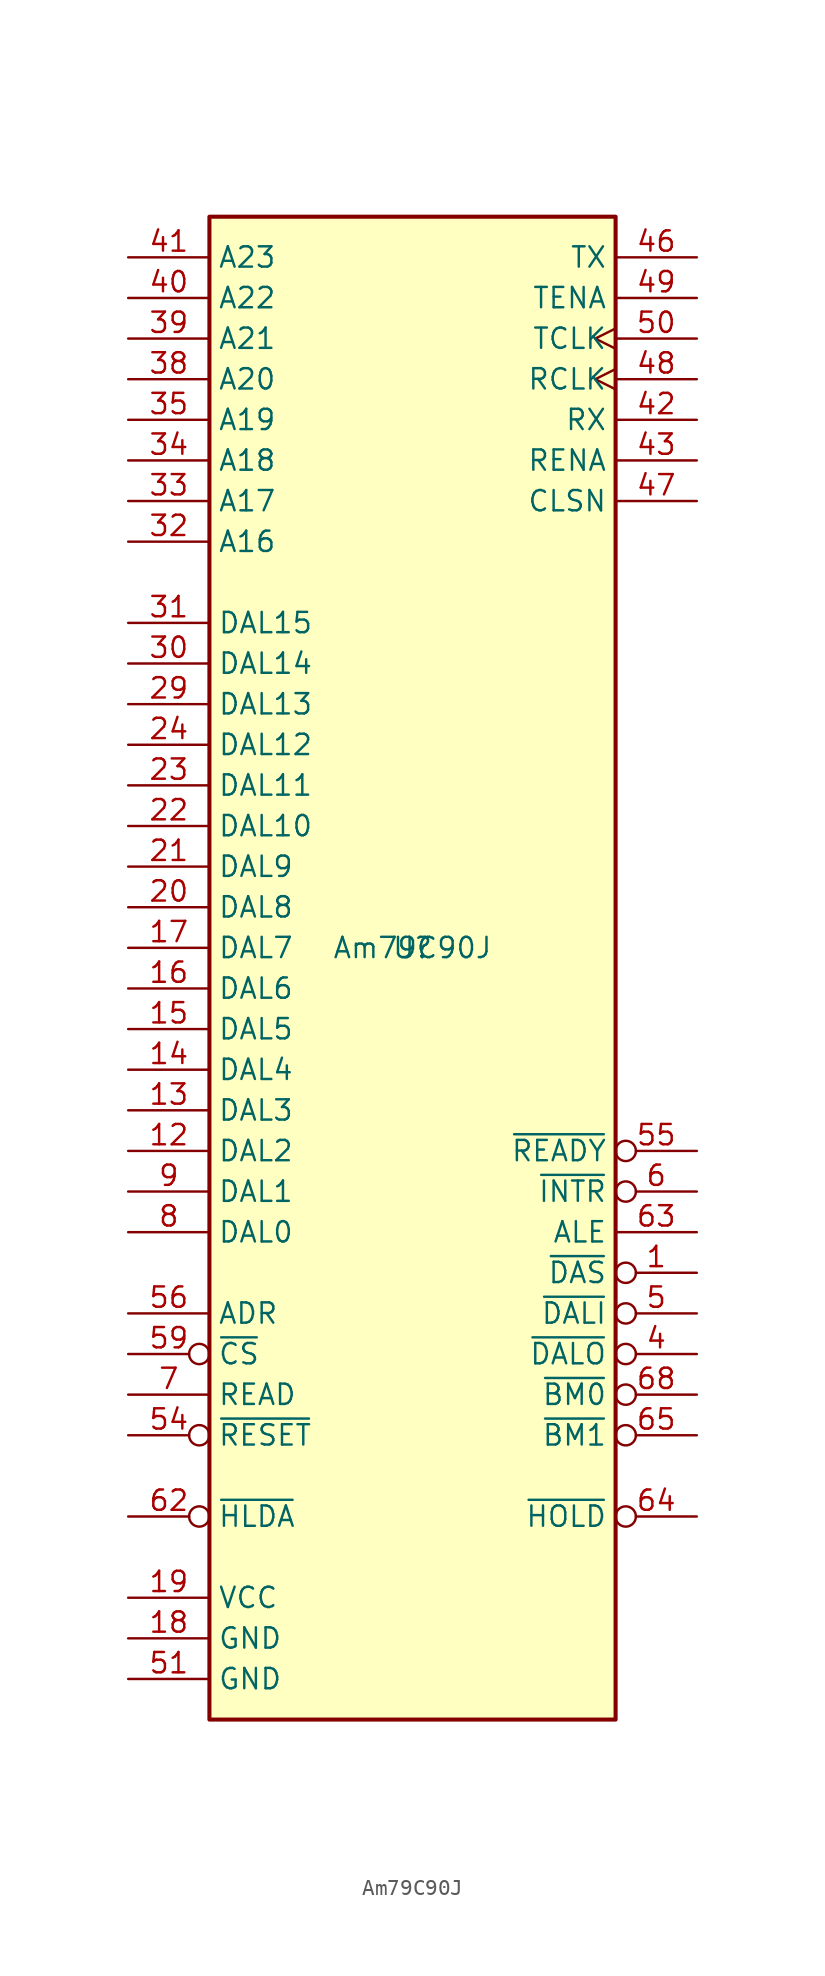
<source format=kicad_sym>
(kicad_symbol_lib
  (version 20211014)
  (generator kicad_symbol_editor)
  (symbol "Am79C90J"
    (property "Reference" "U"
      (at 0 0 0)
      (effects (font (size 1.27 1.27))))
    (property "Value" "Am79C90J"
      (at 0 0 0)
      (effects (font (size 1.27 1.27))))
    (symbol "Am79C90J_0_1"
      (rectangle (start -12.7 45.72) (end 12.7 -48.26) (stroke (width 0.254) (type default) (color 0 0 0 0)) (fill (type background))))
    (symbol "Am79C90J_1_1"
      (pin bidirectional inverted (at 17.78 -20.32 180) (length 5.08) (name "~{DAS}" (effects (font (size 1.27 1.27)))) (number "1" (effects (font (size 1.27 1.27)))))
      (pin bidirectional line (at -17.78 -12.7 0) (length 5.08) (name "DAL2" (effects (font (size 1.27 1.27)))) (number "12" (effects (font (size 1.27 1.27)))))
      (pin bidirectional line (at -17.78 -10.16 0) (length 5.08) (name "DAL3" (effects (font (size 1.27 1.27)))) (number "13" (effects (font (size 1.27 1.27)))))
      (pin bidirectional line (at -17.78 -7.62 0) (length 5.08) (name "DAL4" (effects (font (size 1.27 1.27)))) (number "14" (effects (font (size 1.27 1.27)))))
      (pin bidirectional line (at -17.78 -5.08 0) (length 5.08) (name "DAL5" (effects (font (size 1.27 1.27)))) (number "15" (effects (font (size 1.27 1.27)))))
      (pin bidirectional line (at -17.78 -2.54 0) (length 5.08) (name "DAL6" (effects (font (size 1.27 1.27)))) (number "16" (effects (font (size 1.27 1.27)))))
      (pin bidirectional line (at -17.78 0 0) (length 5.08) (name "DAL7" (effects (font (size 1.27 1.27)))) (number "17" (effects (font (size 1.27 1.27)))))
      (pin power_in line (at -17.78 -43.18 0) (length 5.08) (name "GND" (effects (font (size 1.27 1.27)))) (number "18" (effects (font (size 1.27 1.27)))))
      (pin power_in line (at -17.78 -40.64 0) (length 5.08) (name "VCC" (effects (font (size 1.27 1.27)))) (number "19" (effects (font (size 1.27 1.27)))))
      (pin bidirectional line (at -17.78 2.54 0) (length 5.08) (name "DAL8" (effects (font (size 1.27 1.27)))) (number "20" (effects (font (size 1.27 1.27)))))
      (pin bidirectional line (at -17.78 5.08 0) (length 5.08) (name "DAL9" (effects (font (size 1.27 1.27)))) (number "21" (effects (font (size 1.27 1.27)))))
      (pin bidirectional line (at -17.78 7.62 0) (length 5.08) (name "DAL10" (effects (font (size 1.27 1.27)))) (number "22" (effects (font (size 1.27 1.27)))))
      (pin bidirectional line (at -17.78 10.16 0) (length 5.08) (name "DAL11" (effects (font (size 1.27 1.27)))) (number "23" (effects (font (size 1.27 1.27)))))
      (pin bidirectional line (at -17.78 12.7 0) (length 5.08) (name "DAL12" (effects (font (size 1.27 1.27)))) (number "24" (effects (font (size 1.27 1.27)))))
      (pin bidirectional line (at -17.78 15.24 0) (length 5.08) (name "DAL13" (effects (font (size 1.27 1.27)))) (number "29" (effects (font (size 1.27 1.27)))))
      (pin bidirectional line (at -17.78 17.78 0) (length 5.08) (name "DAL14" (effects (font (size 1.27 1.27)))) (number "30" (effects (font (size 1.27 1.27)))))
      (pin bidirectional line (at -17.78 20.32 0) (length 5.08) (name "DAL15" (effects (font (size 1.27 1.27)))) (number "31" (effects (font (size 1.27 1.27)))))
      (pin output line (at -17.78 25.4 0) (length 5.08) (name "A16" (effects (font (size 1.27 1.27)))) (number "32" (effects (font (size 1.27 1.27)))))
      (pin output line (at -17.78 27.94 0) (length 5.08) (name "A17" (effects (font (size 1.27 1.27)))) (number "33" (effects (font (size 1.27 1.27)))))
      (pin output line (at -17.78 30.48 0) (length 5.08) (name "A18" (effects (font (size 1.27 1.27)))) (number "34" (effects (font (size 1.27 1.27)))))
      (pin output line (at -17.78 33.02 0) (length 5.08) (name "A19" (effects (font (size 1.27 1.27)))) (number "35" (effects (font (size 1.27 1.27)))))
      (pin output line (at -17.78 35.56 0) (length 5.08) (name "A20" (effects (font (size 1.27 1.27)))) (number "38" (effects (font (size 1.27 1.27)))))
      (pin output line (at -17.78 38.1 0) (length 5.08) (name "A21" (effects (font (size 1.27 1.27)))) (number "39" (effects (font (size 1.27 1.27)))))
      (pin output inverted (at 17.78 -25.4 180) (length 5.08) (name "~{DALO}" (effects (font (size 1.27 1.27)))) (number "4" (effects (font (size 1.27 1.27)))))
      (pin output line (at -17.78 40.64 0) (length 5.08) (name "A22" (effects (font (size 1.27 1.27)))) (number "40" (effects (font (size 1.27 1.27)))))
      (pin output line (at -17.78 43.18 0) (length 5.08) (name "A23" (effects (font (size 1.27 1.27)))) (number "41" (effects (font (size 1.27 1.27)))))
      (pin input line (at 17.78 33.02 180) (length 5.08) (name "RX" (effects (font (size 1.27 1.27)))) (number "42" (effects (font (size 1.27 1.27)))))
      (pin input line (at 17.78 30.48 180) (length 5.08) (name "RENA" (effects (font (size 1.27 1.27)))) (number "43" (effects (font (size 1.27 1.27)))))
      (pin output line (at 17.78 43.18 180) (length 5.08) (name "TX" (effects (font (size 1.27 1.27)))) (number "46" (effects (font (size 1.27 1.27)))))
      (pin input line (at 17.78 27.94 180) (length 5.08) (name "CLSN" (effects (font (size 1.27 1.27)))) (number "47" (effects (font (size 1.27 1.27)))))
      (pin input clock (at 17.78 35.56 180) (length 5.08) (name "RCLK" (effects (font (size 1.27 1.27)))) (number "48" (effects (font (size 1.27 1.27)))))
      (pin output line (at 17.78 40.64 180) (length 5.08) (name "TENA" (effects (font (size 1.27 1.27)))) (number "49" (effects (font (size 1.27 1.27)))))
      (pin output inverted (at 17.78 -22.86 180) (length 5.08) (name "~{DALI}" (effects (font (size 1.27 1.27)))) (number "5" (effects (font (size 1.27 1.27)))))
      (pin input clock (at 17.78 38.1 180) (length 5.08) (name "TCLK" (effects (font (size 1.27 1.27)))) (number "50" (effects (font (size 1.27 1.27)))))
      (pin power_in line (at -17.78 -45.72 0) (length 5.08) (name "GND" (effects (font (size 1.27 1.27)))) (number "51" (effects (font (size 1.27 1.27)))))
      (pin input inverted (at -17.78 -30.48 0) (length 5.08) (name "~{RESET}" (effects (font (size 1.27 1.27)))) (number "54" (effects (font (size 1.27 1.27)))))
      (pin bidirectional inverted (at 17.78 -12.7 180) (length 5.08) (name "~{READY}" (effects (font (size 1.27 1.27)))) (number "55" (effects (font (size 1.27 1.27)))))
      (pin input line (at -17.78 -22.86 0) (length 5.08) (name "ADR" (effects (font (size 1.27 1.27)))) (number "56" (effects (font (size 1.27 1.27)))))
      (pin input inverted (at -17.78 -25.4 0) (length 5.08) (name "~{CS}" (effects (font (size 1.27 1.27)))) (number "59" (effects (font (size 1.27 1.27)))))
      (pin open_collector inverted (at 17.78 -15.24 180) (length 5.08) (name "~{INTR}" (effects (font (size 1.27 1.27)))) (number "6" (effects (font (size 1.27 1.27)))))
      (pin input inverted (at -17.78 -35.56 0) (length 5.08) (name "~{HLDA}" (effects (font (size 1.27 1.27)))) (number "62" (effects (font (size 1.27 1.27)))))
      (pin output line (at 17.78 -17.78 180) (length 5.08) (name "ALE" (effects (font (size 1.27 1.27)))) (number "63" (effects (font (size 1.27 1.27)))) (alternate "~{AS}" output inverted))
      (pin open_collector inverted (at 17.78 -35.56 180) (length 5.08) (name "~{HOLD}" (effects (font (size 1.27 1.27)))) (number "64" (effects (font (size 1.27 1.27)))) (alternate "~{BUSRQ}" open_collector inverted))
      (pin output inverted (at 17.78 -30.48 180) (length 5.08) (name "~{BM1}" (effects (font (size 1.27 1.27)))) (number "65" (effects (font (size 1.27 1.27)))) (alternate "~{BUSACKO}" output inverted))
      (pin output inverted (at 17.78 -27.94 180) (length 5.08) (name "~{BM0}" (effects (font (size 1.27 1.27)))) (number "68" (effects (font (size 1.27 1.27)))) (alternate "BYTE" output line))
      (pin input line (at -17.78 -27.94 0) (length 5.08) (name "READ" (effects (font (size 1.27 1.27)))) (number "7" (effects (font (size 1.27 1.27)))))
      (pin bidirectional line (at -17.78 -17.78 0) (length 5.08) (name "DAL0" (effects (font (size 1.27 1.27)))) (number "8" (effects (font (size 1.27 1.27)))))
      (pin bidirectional line (at -17.78 -15.24 0) (length 5.08) (name "DAL1" (effects (font (size 1.27 1.27)))) (number "9" (effects (font (size 1.27 1.27))))))))
</source>
